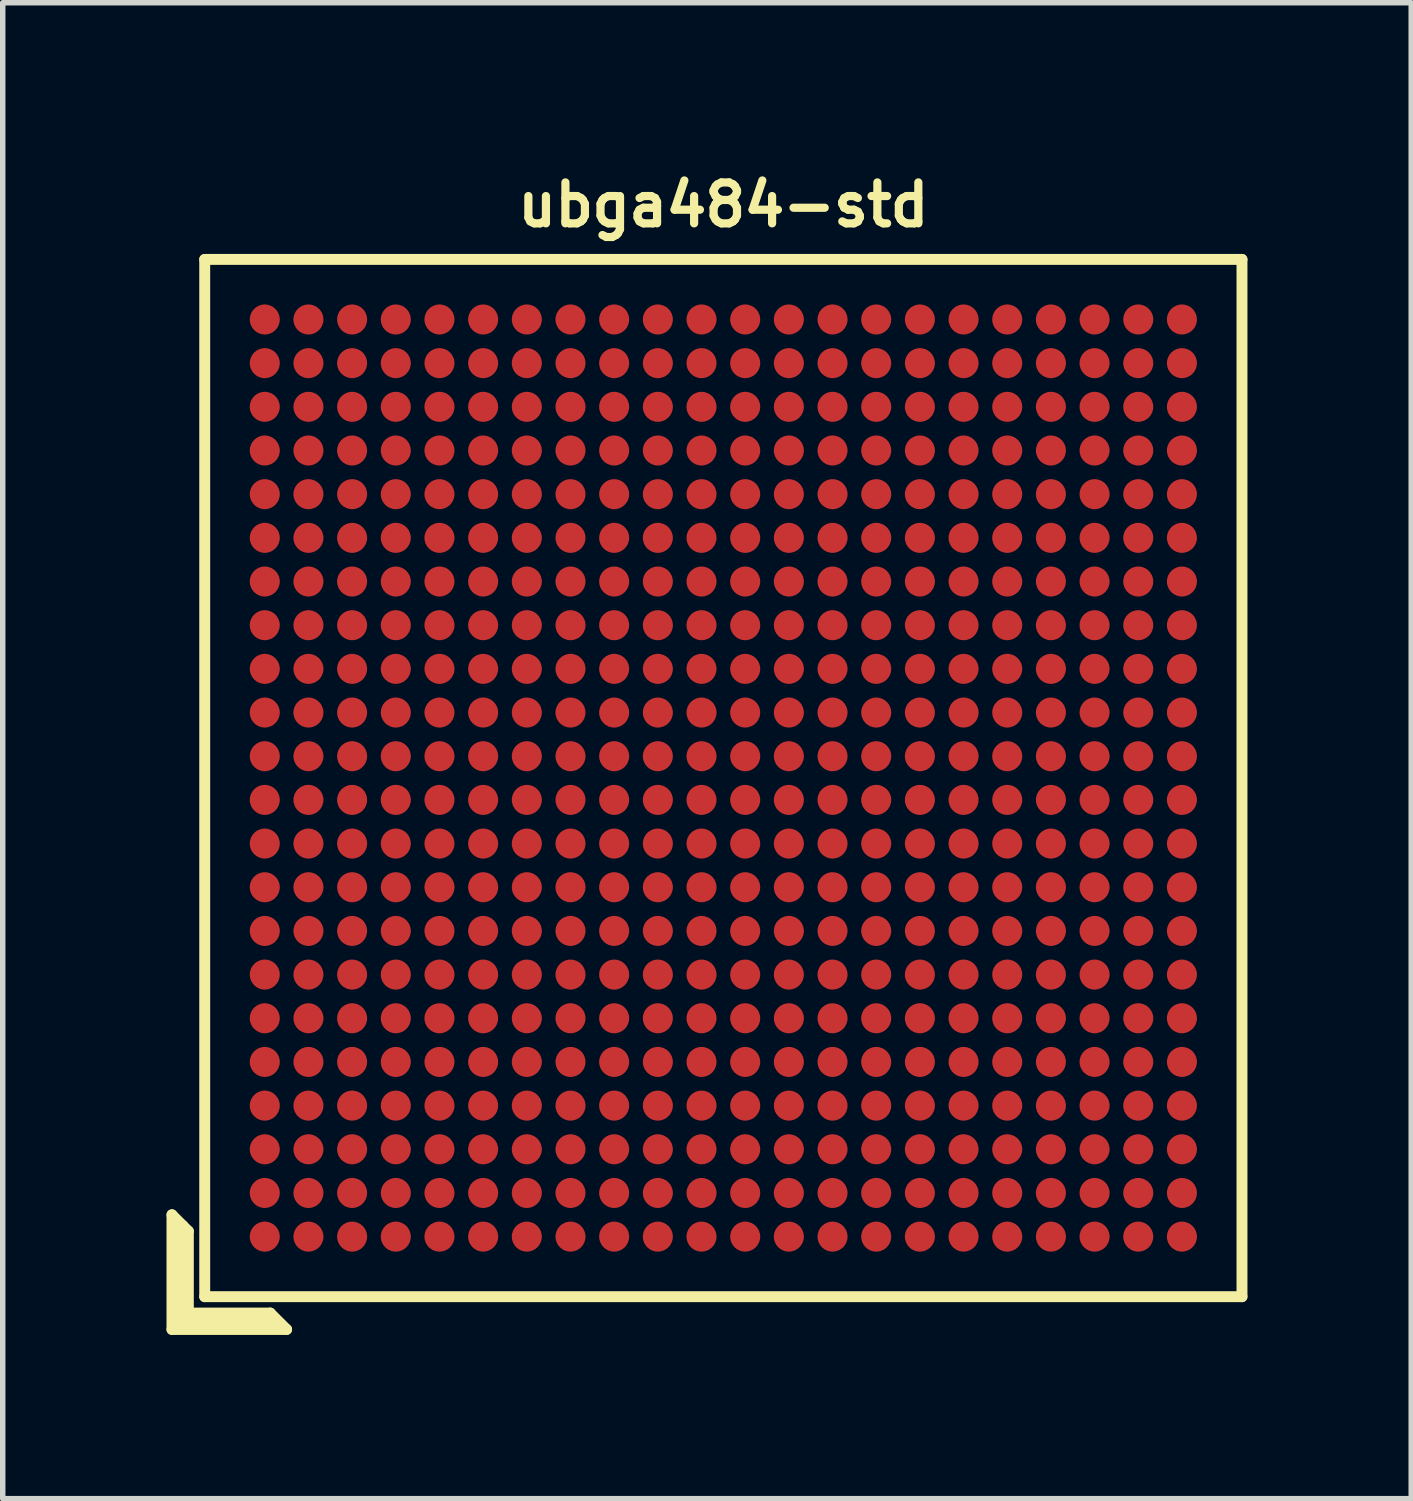
<source format=kicad_pcb>
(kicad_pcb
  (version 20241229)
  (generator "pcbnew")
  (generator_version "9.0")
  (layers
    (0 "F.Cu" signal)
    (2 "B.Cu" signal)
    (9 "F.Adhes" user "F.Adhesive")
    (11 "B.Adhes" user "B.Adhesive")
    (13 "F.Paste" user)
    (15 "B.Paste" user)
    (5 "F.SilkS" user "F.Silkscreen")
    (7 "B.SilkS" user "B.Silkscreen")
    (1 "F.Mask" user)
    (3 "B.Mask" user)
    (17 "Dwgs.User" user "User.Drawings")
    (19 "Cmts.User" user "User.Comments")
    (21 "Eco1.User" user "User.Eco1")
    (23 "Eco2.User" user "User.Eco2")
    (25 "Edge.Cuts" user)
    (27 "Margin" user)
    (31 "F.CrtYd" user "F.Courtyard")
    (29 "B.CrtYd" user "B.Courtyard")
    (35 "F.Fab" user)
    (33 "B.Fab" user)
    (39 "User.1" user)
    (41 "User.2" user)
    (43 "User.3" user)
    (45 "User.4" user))
  (footprint "ubga484-std"
    (layer "F.Cu")
    (at 10.2 11.202)
    (property "Reference" "ubga484-std" (at 0 -10.5 0) (layer "F.SilkS") (effects (font (size 0.75 0.75) (thickness 0.15))))
    (attr smd)
    (fp_line (start -10.1 8) (end -10.1 10.1) (stroke (width 0.2) (type solid)) (layer "F.SilkS"))
    (fp_line (start -10.1 10.1) (end -8 10.1) (stroke (width 0.2) (type solid)) (layer "F.SilkS"))
    (fp_line (start -10 10) (end -10 8.2) (stroke (width 0.2) (type solid)) (layer "F.SilkS"))
    (fp_line (start -9.9 8.2) (end -9.9 9.9) (stroke (width 0.2) (type solid)) (layer "F.SilkS"))
    (fp_line (start -9.9 9.9) (end -8.3 9.9) (stroke (width 0.2) (type solid)) (layer "F.SilkS"))
    (fp_line (start -9.8 8.3) (end -10.1 8) (stroke (width 0.2) (type solid)) (layer "F.SilkS"))
    (fp_line (start -9.8 8.3) (end -9.8 9.8) (stroke (width 0.2) (type solid)) (layer "F.SilkS"))
    (fp_line (start -9.8 9.8) (end -8.3 9.8) (stroke (width 0.2) (type solid)) (layer "F.SilkS"))
    (fp_line (start -9.5 -9.5) (end -9.5 9.5) (stroke (width 0.2) (type solid)) (layer "F.SilkS"))
    (fp_line (start -9.5 9.5) (end 9.5 9.5) (stroke (width 0.2) (type solid)) (layer "F.SilkS"))
    (fp_line (start -8.2 10) (end -10 10) (stroke (width 0.2) (type solid)) (layer "F.SilkS"))
    (fp_line (start -8 10.1) (end -8.3 9.8) (stroke (width 0.2) (type solid)) (layer "F.SilkS"))
    (fp_line (start 9.5 -9.5) (end -9.5 -9.5) (stroke (width 0.2) (type solid)) (layer "F.SilkS"))
    (fp_line (start 9.5 9.5) (end 9.5 -9.5) (stroke (width 0.2) (type solid)) (layer "F.SilkS"))
    (pad "A1" smd circle (at -8.4 8.4 90) (size 0.55 0.55) (layers "F.Cu" "F.Mask" "F.Paste"))
    (pad "A2" smd circle (at -8.4 7.6 90) (size 0.55 0.55) (layers "F.Cu" "F.Mask" "F.Paste"))
    (pad "A3" smd circle (at -8.4 6.8 90) (size 0.55 0.55) (layers "F.Cu" "F.Mask" "F.Paste"))
    (pad "A4" smd circle (at -8.4 6 90) (size 0.55 0.55) (layers "F.Cu" "F.Mask" "F.Paste"))
    (pad "A5" smd circle (at -8.4 5.2 90) (size 0.55 0.55) (layers "F.Cu" "F.Mask" "F.Paste"))
    (pad "A6" smd circle (at -8.4 4.4 90) (size 0.55 0.55) (layers "F.Cu" "F.Mask" "F.Paste"))
    (pad "A7" smd circle (at -8.4 3.6 90) (size 0.55 0.55) (layers "F.Cu" "F.Mask" "F.Paste"))
    (pad "A8" smd circle (at -8.4 2.8 90) (size 0.55 0.55) (layers "F.Cu" "F.Mask" "F.Paste"))
    (pad "A9" smd circle (at -8.4 2 90) (size 0.55 0.55) (layers "F.Cu" "F.Mask" "F.Paste"))
    (pad "A10" smd circle (at -8.4 1.2 90) (size 0.55 0.55) (layers "F.Cu" "F.Mask" "F.Paste"))
    (pad "A11" smd circle (at -8.4 0.4 90) (size 0.55 0.55) (layers "F.Cu" "F.Mask" "F.Paste"))
    (pad "A12" smd circle (at -8.4 -0.4 90) (size 0.55 0.55) (layers "F.Cu" "F.Mask" "F.Paste"))
    (pad "A13" smd circle (at -8.4 -1.2 90) (size 0.55 0.55) (layers "F.Cu" "F.Mask" "F.Paste"))
    (pad "A14" smd circle (at -8.4 -2 90) (size 0.55 0.55) (layers "F.Cu" "F.Mask" "F.Paste"))
    (pad "A15" smd circle (at -8.4 -2.8 90) (size 0.55 0.55) (layers "F.Cu" "F.Mask" "F.Paste"))
    (pad "A16" smd circle (at -8.4 -3.6 90) (size 0.55 0.55) (layers "F.Cu" "F.Mask" "F.Paste"))
    (pad "A17" smd circle (at -8.4 -4.4 90) (size 0.55 0.55) (layers "F.Cu" "F.Mask" "F.Paste"))
    (pad "A18" smd circle (at -8.4 -5.2 90) (size 0.55 0.55) (layers "F.Cu" "F.Mask" "F.Paste"))
    (pad "A19" smd circle (at -8.4 -6 90) (size 0.55 0.55) (layers "F.Cu" "F.Mask" "F.Paste"))
    (pad "A20" smd circle (at -8.4 -6.8 90) (size 0.55 0.55) (layers "F.Cu" "F.Mask" "F.Paste"))
    (pad "A21" smd circle (at -8.4 -7.6 90) (size 0.55 0.55) (layers "F.Cu" "F.Mask" "F.Paste"))
    (pad "A22" smd circle (at -8.4 -8.4 90) (size 0.55 0.55) (layers "F.Cu" "F.Mask" "F.Paste"))
    (pad "AA1" smd circle (at 7.6 8.4 90) (size 0.55 0.55) (layers "F.Cu" "F.Mask" "F.Paste"))
    (pad "AA2" smd circle (at 7.6 7.6 90) (size 0.55 0.55) (layers "F.Cu" "F.Mask" "F.Paste"))
    (pad "AA3" smd circle (at 7.6 6.8 90) (size 0.55 0.55) (layers "F.Cu" "F.Mask" "F.Paste"))
    (pad "AA4" smd circle (at 7.6 6 90) (size 0.55 0.55) (layers "F.Cu" "F.Mask" "F.Paste"))
    (pad "AA5" smd circle (at 7.6 5.2 90) (size 0.55 0.55) (layers "F.Cu" "F.Mask" "F.Paste"))
    (pad "AA6" smd circle (at 7.6 4.4 90) (size 0.55 0.55) (layers "F.Cu" "F.Mask" "F.Paste"))
    (pad "AA7" smd circle (at 7.6 3.6 90) (size 0.55 0.55) (layers "F.Cu" "F.Mask" "F.Paste"))
    (pad "AA8" smd circle (at 7.6 2.8 90) (size 0.55 0.55) (layers "F.Cu" "F.Mask" "F.Paste"))
    (pad "AA9" smd circle (at 7.6 2 90) (size 0.55 0.55) (layers "F.Cu" "F.Mask" "F.Paste"))
    (pad "AA10" smd circle (at 7.6 1.2 90) (size 0.55 0.55) (layers "F.Cu" "F.Mask" "F.Paste"))
    (pad "AA11" smd circle (at 7.6 0.4 90) (size 0.55 0.55) (layers "F.Cu" "F.Mask" "F.Paste"))
    (pad "AA12" smd circle (at 7.6 -0.4 90) (size 0.55 0.55) (layers "F.Cu" "F.Mask" "F.Paste"))
    (pad "AA13" smd circle (at 7.6 -1.2 90) (size 0.55 0.55) (layers "F.Cu" "F.Mask" "F.Paste"))
    (pad "AA14" smd circle (at 7.6 -2 90) (size 0.55 0.55) (layers "F.Cu" "F.Mask" "F.Paste"))
    (pad "AA15" smd circle (at 7.6 -2.8 90) (size 0.55 0.55) (layers "F.Cu" "F.Mask" "F.Paste"))
    (pad "AA16" smd circle (at 7.6 -3.6 90) (size 0.55 0.55) (layers "F.Cu" "F.Mask" "F.Paste"))
    (pad "AA17" smd circle (at 7.6 -4.4 90) (size 0.55 0.55) (layers "F.Cu" "F.Mask" "F.Paste"))
    (pad "AA18" smd circle (at 7.6 -5.2 90) (size 0.55 0.55) (layers "F.Cu" "F.Mask" "F.Paste"))
    (pad "AA19" smd circle (at 7.6 -6 90) (size 0.55 0.55) (layers "F.Cu" "F.Mask" "F.Paste"))
    (pad "AA20" smd circle (at 7.6 -6.8 90) (size 0.55 0.55) (layers "F.Cu" "F.Mask" "F.Paste"))
    (pad "AA21" smd circle (at 7.6 -7.6 90) (size 0.55 0.55) (layers "F.Cu" "F.Mask" "F.Paste"))
    (pad "AA22" smd circle (at 7.6 -8.4 90) (size 0.55 0.55) (layers "F.Cu" "F.Mask" "F.Paste"))
    (pad "AB1" smd circle (at 8.4 8.4 90) (size 0.55 0.55) (layers "F.Cu" "F.Mask" "F.Paste"))
    (pad "AB2" smd circle (at 8.4 7.6 90) (size 0.55 0.55) (layers "F.Cu" "F.Mask" "F.Paste"))
    (pad "AB3" smd circle (at 8.4 6.8 90) (size 0.55 0.55) (layers "F.Cu" "F.Mask" "F.Paste"))
    (pad "AB4" smd circle (at 8.4 6 90) (size 0.55 0.55) (layers "F.Cu" "F.Mask" "F.Paste"))
    (pad "AB5" smd circle (at 8.4 5.2 90) (size 0.55 0.55) (layers "F.Cu" "F.Mask" "F.Paste"))
    (pad "AB6" smd circle (at 8.4 4.4 90) (size 0.55 0.55) (layers "F.Cu" "F.Mask" "F.Paste"))
    (pad "AB7" smd circle (at 8.4 3.6 90) (size 0.55 0.55) (layers "F.Cu" "F.Mask" "F.Paste"))
    (pad "AB8" smd circle (at 8.4 2.8 90) (size 0.55 0.55) (layers "F.Cu" "F.Mask" "F.Paste"))
    (pad "AB9" smd circle (at 8.4 2 90) (size 0.55 0.55) (layers "F.Cu" "F.Mask" "F.Paste"))
    (pad "AB10" smd circle (at 8.4 1.2 90) (size 0.55 0.55) (layers "F.Cu" "F.Mask" "F.Paste"))
    (pad "AB11" smd circle (at 8.4 0.4 90) (size 0.55 0.55) (layers "F.Cu" "F.Mask" "F.Paste"))
    (pad "AB12" smd circle (at 8.4 -0.4 90) (size 0.55 0.55) (layers "F.Cu" "F.Mask" "F.Paste"))
    (pad "AB13" smd circle (at 8.4 -1.2 90) (size 0.55 0.55) (layers "F.Cu" "F.Mask" "F.Paste"))
    (pad "AB14" smd circle (at 8.4 -2 90) (size 0.55 0.55) (layers "F.Cu" "F.Mask" "F.Paste"))
    (pad "AB15" smd circle (at 8.4 -2.8 90) (size 0.55 0.55) (layers "F.Cu" "F.Mask" "F.Paste"))
    (pad "AB16" smd circle (at 8.4 -3.6 90) (size 0.55 0.55) (layers "F.Cu" "F.Mask" "F.Paste"))
    (pad "AB17" smd circle (at 8.4 -4.4 90) (size 0.55 0.55) (layers "F.Cu" "F.Mask" "F.Paste"))
    (pad "AB18" smd circle (at 8.4 -5.2 90) (size 0.55 0.55) (layers "F.Cu" "F.Mask" "F.Paste"))
    (pad "AB19" smd circle (at 8.4 -6 90) (size 0.55 0.55) (layers "F.Cu" "F.Mask" "F.Paste"))
    (pad "AB20" smd circle (at 8.4 -6.8 90) (size 0.55 0.55) (layers "F.Cu" "F.Mask" "F.Paste"))
    (pad "AB21" smd circle (at 8.4 -7.6 90) (size 0.55 0.55) (layers "F.Cu" "F.Mask" "F.Paste"))
    (pad "AB22" smd circle (at 8.4 -8.4 90) (size 0.55 0.55) (layers "F.Cu" "F.Mask" "F.Paste"))
    (pad "B1" smd circle (at -7.6 8.4 90) (size 0.55 0.55) (layers "F.Cu" "F.Mask" "F.Paste"))
    (pad "B2" smd circle (at -7.6 7.6 90) (size 0.55 0.55) (layers "F.Cu" "F.Mask" "F.Paste"))
    (pad "B3" smd circle (at -7.6 6.8 90) (size 0.55 0.55) (layers "F.Cu" "F.Mask" "F.Paste"))
    (pad "B4" smd circle (at -7.6 6 90) (size 0.55 0.55) (layers "F.Cu" "F.Mask" "F.Paste"))
    (pad "B5" smd circle (at -7.6 5.2 90) (size 0.55 0.55) (layers "F.Cu" "F.Mask" "F.Paste"))
    (pad "B6" smd circle (at -7.6 4.4 90) (size 0.55 0.55) (layers "F.Cu" "F.Mask" "F.Paste"))
    (pad "B7" smd circle (at -7.6 3.6 90) (size 0.55 0.55) (layers "F.Cu" "F.Mask" "F.Paste"))
    (pad "B8" smd circle (at -7.6 2.8 90) (size 0.55 0.55) (layers "F.Cu" "F.Mask" "F.Paste"))
    (pad "B9" smd circle (at -7.6 2 90) (size 0.55 0.55) (layers "F.Cu" "F.Mask" "F.Paste"))
    (pad "B10" smd circle (at -7.6 1.2 90) (size 0.55 0.55) (layers "F.Cu" "F.Mask" "F.Paste"))
    (pad "B11" smd circle (at -7.6 0.4 90) (size 0.55 0.55) (layers "F.Cu" "F.Mask" "F.Paste"))
    (pad "B12" smd circle (at -7.6 -0.4 90) (size 0.55 0.55) (layers "F.Cu" "F.Mask" "F.Paste"))
    (pad "B13" smd circle (at -7.6 -1.2 90) (size 0.55 0.55) (layers "F.Cu" "F.Mask" "F.Paste"))
    (pad "B14" smd circle (at -7.6 -2 90) (size 0.55 0.55) (layers "F.Cu" "F.Mask" "F.Paste"))
    (pad "B15" smd circle (at -7.6 -2.8 90) (size 0.55 0.55) (layers "F.Cu" "F.Mask" "F.Paste"))
    (pad "B16" smd circle (at -7.6 -3.6 90) (size 0.55 0.55) (layers "F.Cu" "F.Mask" "F.Paste"))
    (pad "B17" smd circle (at -7.6 -4.4 90) (size 0.55 0.55) (layers "F.Cu" "F.Mask" "F.Paste"))
    (pad "B18" smd circle (at -7.6 -5.2 90) (size 0.55 0.55) (layers "F.Cu" "F.Mask" "F.Paste"))
    (pad "B19" smd circle (at -7.6 -6 90) (size 0.55 0.55) (layers "F.Cu" "F.Mask" "F.Paste"))
    (pad "B20" smd circle (at -7.6 -6.8 90) (size 0.55 0.55) (layers "F.Cu" "F.Mask" "F.Paste"))
    (pad "B21" smd circle (at -7.6 -7.6 90) (size 0.55 0.55) (layers "F.Cu" "F.Mask" "F.Paste"))
    (pad "B22" smd circle (at -7.6 -8.4 90) (size 0.55 0.55) (layers "F.Cu" "F.Mask" "F.Paste"))
    (pad "C1" smd circle (at -6.8 8.4 90) (size 0.55 0.55) (layers "F.Cu" "F.Mask" "F.Paste"))
    (pad "C2" smd circle (at -6.8 7.6 90) (size 0.55 0.55) (layers "F.Cu" "F.Mask" "F.Paste"))
    (pad "C3" smd circle (at -6.8 6.8 90) (size 0.55 0.55) (layers "F.Cu" "F.Mask" "F.Paste"))
    (pad "C4" smd circle (at -6.8 6 90) (size 0.55 0.55) (layers "F.Cu" "F.Mask" "F.Paste"))
    (pad "C5" smd circle (at -6.8 5.2 90) (size 0.55 0.55) (layers "F.Cu" "F.Mask" "F.Paste"))
    (pad "C6" smd circle (at -6.8 4.4 90) (size 0.55 0.55) (layers "F.Cu" "F.Mask" "F.Paste"))
    (pad "C7" smd circle (at -6.8 3.6 90) (size 0.55 0.55) (layers "F.Cu" "F.Mask" "F.Paste"))
    (pad "C8" smd circle (at -6.8 2.8 90) (size 0.55 0.55) (layers "F.Cu" "F.Mask" "F.Paste"))
    (pad "C9" smd circle (at -6.8 2 90) (size 0.55 0.55) (layers "F.Cu" "F.Mask" "F.Paste"))
    (pad "C10" smd circle (at -6.8 1.2 90) (size 0.55 0.55) (layers "F.Cu" "F.Mask" "F.Paste"))
    (pad "C11" smd circle (at -6.8 0.4 90) (size 0.55 0.55) (layers "F.Cu" "F.Mask" "F.Paste"))
    (pad "C12" smd circle (at -6.8 -0.4 90) (size 0.55 0.55) (layers "F.Cu" "F.Mask" "F.Paste"))
    (pad "C13" smd circle (at -6.8 -1.2 90) (size 0.55 0.55) (layers "F.Cu" "F.Mask" "F.Paste"))
    (pad "C14" smd circle (at -6.8 -2 90) (size 0.55 0.55) (layers "F.Cu" "F.Mask" "F.Paste"))
    (pad "C15" smd circle (at -6.8 -2.8 90) (size 0.55 0.55) (layers "F.Cu" "F.Mask" "F.Paste"))
    (pad "C16" smd circle (at -6.8 -3.6 90) (size 0.55 0.55) (layers "F.Cu" "F.Mask" "F.Paste"))
    (pad "C17" smd circle (at -6.8 -4.4 90) (size 0.55 0.55) (layers "F.Cu" "F.Mask" "F.Paste"))
    (pad "C18" smd circle (at -6.8 -5.2 90) (size 0.55 0.55) (layers "F.Cu" "F.Mask" "F.Paste"))
    (pad "C19" smd circle (at -6.8 -6 90) (size 0.55 0.55) (layers "F.Cu" "F.Mask" "F.Paste"))
    (pad "C20" smd circle (at -6.8 -6.8 90) (size 0.55 0.55) (layers "F.Cu" "F.Mask" "F.Paste"))
    (pad "C21" smd circle (at -6.8 -7.6 90) (size 0.55 0.55) (layers "F.Cu" "F.Mask" "F.Paste"))
    (pad "C22" smd circle (at -6.8 -8.4 90) (size 0.55 0.55) (layers "F.Cu" "F.Mask" "F.Paste"))
    (pad "D1" smd circle (at -6 8.4 90) (size 0.55 0.55) (layers "F.Cu" "F.Mask" "F.Paste"))
    (pad "D2" smd circle (at -6 7.6 90) (size 0.55 0.55) (layers "F.Cu" "F.Mask" "F.Paste"))
    (pad "D3" smd circle (at -6 6.8 90) (size 0.55 0.55) (layers "F.Cu" "F.Mask" "F.Paste"))
    (pad "D4" smd circle (at -6 6 90) (size 0.55 0.55) (layers "F.Cu" "F.Mask" "F.Paste"))
    (pad "D5" smd circle (at -6 5.2 90) (size 0.55 0.55) (layers "F.Cu" "F.Mask" "F.Paste"))
    (pad "D6" smd circle (at -6 4.4 90) (size 0.55 0.55) (layers "F.Cu" "F.Mask" "F.Paste"))
    (pad "D7" smd circle (at -6 3.6 90) (size 0.55 0.55) (layers "F.Cu" "F.Mask" "F.Paste"))
    (pad "D8" smd circle (at -6 2.8 90) (size 0.55 0.55) (layers "F.Cu" "F.Mask" "F.Paste"))
    (pad "D9" smd circle (at -6 2 90) (size 0.55 0.55) (layers "F.Cu" "F.Mask" "F.Paste"))
    (pad "D10" smd circle (at -6 1.2 90) (size 0.55 0.55) (layers "F.Cu" "F.Mask" "F.Paste"))
    (pad "D11" smd circle (at -6 0.4 90) (size 0.55 0.55) (layers "F.Cu" "F.Mask" "F.Paste"))
    (pad "D12" smd circle (at -6 -0.4 90) (size 0.55 0.55) (layers "F.Cu" "F.Mask" "F.Paste"))
    (pad "D13" smd circle (at -6 -1.2 90) (size 0.55 0.55) (layers "F.Cu" "F.Mask" "F.Paste"))
    (pad "D14" smd circle (at -6 -2 90) (size 0.55 0.55) (layers "F.Cu" "F.Mask" "F.Paste"))
    (pad "D15" smd circle (at -6 -2.8 90) (size 0.55 0.55) (layers "F.Cu" "F.Mask" "F.Paste"))
    (pad "D16" smd circle (at -6 -3.6 90) (size 0.55 0.55) (layers "F.Cu" "F.Mask" "F.Paste"))
    (pad "D17" smd circle (at -6 -4.4 90) (size 0.55 0.55) (layers "F.Cu" "F.Mask" "F.Paste"))
    (pad "D18" smd circle (at -6 -5.2 90) (size 0.55 0.55) (layers "F.Cu" "F.Mask" "F.Paste"))
    (pad "D19" smd circle (at -6 -6 90) (size 0.55 0.55) (layers "F.Cu" "F.Mask" "F.Paste"))
    (pad "D20" smd circle (at -6 -6.8 90) (size 0.55 0.55) (layers "F.Cu" "F.Mask" "F.Paste"))
    (pad "D21" smd circle (at -6 -7.6 90) (size 0.55 0.55) (layers "F.Cu" "F.Mask" "F.Paste"))
    (pad "D22" smd circle (at -6 -8.4 90) (size 0.55 0.55) (layers "F.Cu" "F.Mask" "F.Paste"))
    (pad "E1" smd circle (at -5.2 8.4 90) (size 0.55 0.55) (layers "F.Cu" "F.Mask" "F.Paste"))
    (pad "E2" smd circle (at -5.2 7.6 90) (size 0.55 0.55) (layers "F.Cu" "F.Mask" "F.Paste"))
    (pad "E3" smd circle (at -5.2 6.8 90) (size 0.55 0.55) (layers "F.Cu" "F.Mask" "F.Paste"))
    (pad "E4" smd circle (at -5.2 6 90) (size 0.55 0.55) (layers "F.Cu" "F.Mask" "F.Paste"))
    (pad "E5" smd circle (at -5.2 5.2 90) (size 0.55 0.55) (layers "F.Cu" "F.Mask" "F.Paste"))
    (pad "E6" smd circle (at -5.2 4.4 90) (size 0.55 0.55) (layers "F.Cu" "F.Mask" "F.Paste"))
    (pad "E7" smd circle (at -5.2 3.6 90) (size 0.55 0.55) (layers "F.Cu" "F.Mask" "F.Paste"))
    (pad "E8" smd circle (at -5.2 2.8 90) (size 0.55 0.55) (layers "F.Cu" "F.Mask" "F.Paste"))
    (pad "E9" smd circle (at -5.2 2 90) (size 0.55 0.55) (layers "F.Cu" "F.Mask" "F.Paste"))
    (pad "E10" smd circle (at -5.2 1.2 90) (size 0.55 0.55) (layers "F.Cu" "F.Mask" "F.Paste"))
    (pad "E11" smd circle (at -5.2 0.4 90) (size 0.55 0.55) (layers "F.Cu" "F.Mask" "F.Paste"))
    (pad "E12" smd circle (at -5.2 -0.4 90) (size 0.55 0.55) (layers "F.Cu" "F.Mask" "F.Paste"))
    (pad "E13" smd circle (at -5.2 -1.2 90) (size 0.55 0.55) (layers "F.Cu" "F.Mask" "F.Paste"))
    (pad "E14" smd circle (at -5.2 -2 90) (size 0.55 0.55) (layers "F.Cu" "F.Mask" "F.Paste"))
    (pad "E15" smd circle (at -5.2 -2.8 90) (size 0.55 0.55) (layers "F.Cu" "F.Mask" "F.Paste"))
    (pad "E16" smd circle (at -5.2 -3.6 90) (size 0.55 0.55) (layers "F.Cu" "F.Mask" "F.Paste"))
    (pad "E17" smd circle (at -5.2 -4.4 90) (size 0.55 0.55) (layers "F.Cu" "F.Mask" "F.Paste"))
    (pad "E18" smd circle (at -5.2 -5.2 90) (size 0.55 0.55) (layers "F.Cu" "F.Mask" "F.Paste"))
    (pad "E19" smd circle (at -5.2 -6 90) (size 0.55 0.55) (layers "F.Cu" "F.Mask" "F.Paste"))
    (pad "E20" smd circle (at -5.2 -6.8 90) (size 0.55 0.55) (layers "F.Cu" "F.Mask" "F.Paste"))
    (pad "E21" smd circle (at -5.2 -7.6 90) (size 0.55 0.55) (layers "F.Cu" "F.Mask" "F.Paste"))
    (pad "E22" smd circle (at -5.2 -8.4 90) (size 0.55 0.55) (layers "F.Cu" "F.Mask" "F.Paste"))
    (pad "F1" smd circle (at -4.4 8.4 90) (size 0.55 0.55) (layers "F.Cu" "F.Mask" "F.Paste"))
    (pad "F2" smd circle (at -4.4 7.6 90) (size 0.55 0.55) (layers "F.Cu" "F.Mask" "F.Paste"))
    (pad "F3" smd circle (at -4.4 6.8 90) (size 0.55 0.55) (layers "F.Cu" "F.Mask" "F.Paste"))
    (pad "F4" smd circle (at -4.4 6 90) (size 0.55 0.55) (layers "F.Cu" "F.Mask" "F.Paste"))
    (pad "F5" smd circle (at -4.4 5.2 90) (size 0.55 0.55) (layers "F.Cu" "F.Mask" "F.Paste"))
    (pad "F6" smd circle (at -4.4 4.4 90) (size 0.55 0.55) (layers "F.Cu" "F.Mask" "F.Paste"))
    (pad "F7" smd circle (at -4.4 3.6 90) (size 0.55 0.55) (layers "F.Cu" "F.Mask" "F.Paste"))
    (pad "F8" smd circle (at -4.4 2.8 90) (size 0.55 0.55) (layers "F.Cu" "F.Mask" "F.Paste"))
    (pad "F9" smd circle (at -4.4 2 90) (size 0.55 0.55) (layers "F.Cu" "F.Mask" "F.Paste"))
    (pad "F10" smd circle (at -4.4 1.2 90) (size 0.55 0.55) (layers "F.Cu" "F.Mask" "F.Paste"))
    (pad "F11" smd circle (at -4.4 0.4 90) (size 0.55 0.55) (layers "F.Cu" "F.Mask" "F.Paste"))
    (pad "F12" smd circle (at -4.4 -0.4 90) (size 0.55 0.55) (layers "F.Cu" "F.Mask" "F.Paste"))
    (pad "F13" smd circle (at -4.4 -1.2 90) (size 0.55 0.55) (layers "F.Cu" "F.Mask" "F.Paste"))
    (pad "F14" smd circle (at -4.4 -2 90) (size 0.55 0.55) (layers "F.Cu" "F.Mask" "F.Paste"))
    (pad "F15" smd circle (at -4.4 -2.8 90) (size 0.55 0.55) (layers "F.Cu" "F.Mask" "F.Paste"))
    (pad "F16" smd circle (at -4.4 -3.6 90) (size 0.55 0.55) (layers "F.Cu" "F.Mask" "F.Paste"))
    (pad "F17" smd circle (at -4.4 -4.4 90) (size 0.55 0.55) (layers "F.Cu" "F.Mask" "F.Paste"))
    (pad "F18" smd circle (at -4.4 -5.2 90) (size 0.55 0.55) (layers "F.Cu" "F.Mask" "F.Paste"))
    (pad "F19" smd circle (at -4.4 -6 90) (size 0.55 0.55) (layers "F.Cu" "F.Mask" "F.Paste"))
    (pad "F20" smd circle (at -4.4 -6.8 90) (size 0.55 0.55) (layers "F.Cu" "F.Mask" "F.Paste"))
    (pad "F21" smd circle (at -4.4 -7.6 90) (size 0.55 0.55) (layers "F.Cu" "F.Mask" "F.Paste"))
    (pad "F22" smd circle (at -4.4 -8.4 90) (size 0.55 0.55) (layers "F.Cu" "F.Mask" "F.Paste"))
    (pad "G1" smd circle (at -3.6 8.4 90) (size 0.55 0.55) (layers "F.Cu" "F.Mask" "F.Paste"))
    (pad "G2" smd circle (at -3.6 7.6 90) (size 0.55 0.55) (layers "F.Cu" "F.Mask" "F.Paste"))
    (pad "G3" smd circle (at -3.6 6.8 90) (size 0.55 0.55) (layers "F.Cu" "F.Mask" "F.Paste"))
    (pad "G4" smd circle (at -3.6 6 90) (size 0.55 0.55) (layers "F.Cu" "F.Mask" "F.Paste"))
    (pad "G5" smd circle (at -3.6 5.2 90) (size 0.55 0.55) (layers "F.Cu" "F.Mask" "F.Paste"))
    (pad "G6" smd circle (at -3.6 4.4 90) (size 0.55 0.55) (layers "F.Cu" "F.Mask" "F.Paste"))
    (pad "G7" smd circle (at -3.6 3.6 90) (size 0.55 0.55) (layers "F.Cu" "F.Mask" "F.Paste"))
    (pad "G8" smd circle (at -3.6 2.8 90) (size 0.55 0.55) (layers "F.Cu" "F.Mask" "F.Paste"))
    (pad "G9" smd circle (at -3.6 2 90) (size 0.55 0.55) (layers "F.Cu" "F.Mask" "F.Paste"))
    (pad "G10" smd circle (at -3.6 1.2 90) (size 0.55 0.55) (layers "F.Cu" "F.Mask" "F.Paste"))
    (pad "G11" smd circle (at -3.6 0.4 90) (size 0.55 0.55) (layers "F.Cu" "F.Mask" "F.Paste"))
    (pad "G12" smd circle (at -3.6 -0.4 90) (size 0.55 0.55) (layers "F.Cu" "F.Mask" "F.Paste"))
    (pad "G13" smd circle (at -3.6 -1.2 90) (size 0.55 0.55) (layers "F.Cu" "F.Mask" "F.Paste"))
    (pad "G14" smd circle (at -3.6 -2 90) (size 0.55 0.55) (layers "F.Cu" "F.Mask" "F.Paste"))
    (pad "G15" smd circle (at -3.6 -2.8 90) (size 0.55 0.55) (layers "F.Cu" "F.Mask" "F.Paste"))
    (pad "G16" smd circle (at -3.6 -3.6 90) (size 0.55 0.55) (layers "F.Cu" "F.Mask" "F.Paste"))
    (pad "G17" smd circle (at -3.6 -4.4 90) (size 0.55 0.55) (layers "F.Cu" "F.Mask" "F.Paste"))
    (pad "G18" smd circle (at -3.6 -5.2 90) (size 0.55 0.55) (layers "F.Cu" "F.Mask" "F.Paste"))
    (pad "G19" smd circle (at -3.6 -6 90) (size 0.55 0.55) (layers "F.Cu" "F.Mask" "F.Paste"))
    (pad "G20" smd circle (at -3.6 -6.8 90) (size 0.55 0.55) (layers "F.Cu" "F.Mask" "F.Paste"))
    (pad "G21" smd circle (at -3.6 -7.6 90) (size 0.55 0.55) (layers "F.Cu" "F.Mask" "F.Paste"))
    (pad "G22" smd circle (at -3.6 -8.4 90) (size 0.55 0.55) (layers "F.Cu" "F.Mask" "F.Paste"))
    (pad "H1" smd circle (at -2.8 8.4 90) (size 0.55 0.55) (layers "F.Cu" "F.Mask" "F.Paste"))
    (pad "H2" smd circle (at -2.8 7.6 90) (size 0.55 0.55) (layers "F.Cu" "F.Mask" "F.Paste"))
    (pad "H3" smd circle (at -2.8 6.8 90) (size 0.55 0.55) (layers "F.Cu" "F.Mask" "F.Paste"))
    (pad "H4" smd circle (at -2.8 6 90) (size 0.55 0.55) (layers "F.Cu" "F.Mask" "F.Paste"))
    (pad "H5" smd circle (at -2.8 5.2 90) (size 0.55 0.55) (layers "F.Cu" "F.Mask" "F.Paste"))
    (pad "H6" smd circle (at -2.8 4.4 90) (size 0.55 0.55) (layers "F.Cu" "F.Mask" "F.Paste"))
    (pad "H7" smd circle (at -2.8 3.6 90) (size 0.55 0.55) (layers "F.Cu" "F.Mask" "F.Paste"))
    (pad "H8" smd circle (at -2.8 2.8 90) (size 0.55 0.55) (layers "F.Cu" "F.Mask" "F.Paste"))
    (pad "H9" smd circle (at -2.8 2 90) (size 0.55 0.55) (layers "F.Cu" "F.Mask" "F.Paste"))
    (pad "H10" smd circle (at -2.8 1.2 90) (size 0.55 0.55) (layers "F.Cu" "F.Mask" "F.Paste"))
    (pad "H11" smd circle (at -2.8 0.4 90) (size 0.55 0.55) (layers "F.Cu" "F.Mask" "F.Paste"))
    (pad "H12" smd circle (at -2.8 -0.4 90) (size 0.55 0.55) (layers "F.Cu" "F.Mask" "F.Paste"))
    (pad "H13" smd circle (at -2.8 -1.2 90) (size 0.55 0.55) (layers "F.Cu" "F.Mask" "F.Paste"))
    (pad "H14" smd circle (at -2.8 -2 90) (size 0.55 0.55) (layers "F.Cu" "F.Mask" "F.Paste"))
    (pad "H15" smd circle (at -2.8 -2.8 90) (size 0.55 0.55) (layers "F.Cu" "F.Mask" "F.Paste"))
    (pad "H16" smd circle (at -2.8 -3.6 90) (size 0.55 0.55) (layers "F.Cu" "F.Mask" "F.Paste"))
    (pad "H17" smd circle (at -2.8 -4.4 90) (size 0.55 0.55) (layers "F.Cu" "F.Mask" "F.Paste"))
    (pad "H18" smd circle (at -2.8 -5.2 90) (size 0.55 0.55) (layers "F.Cu" "F.Mask" "F.Paste"))
    (pad "H19" smd circle (at -2.8 -6 90) (size 0.55 0.55) (layers "F.Cu" "F.Mask" "F.Paste"))
    (pad "H20" smd circle (at -2.8 -6.8 90) (size 0.55 0.55) (layers "F.Cu" "F.Mask" "F.Paste"))
    (pad "H21" smd circle (at -2.8 -7.6 90) (size 0.55 0.55) (layers "F.Cu" "F.Mask" "F.Paste"))
    (pad "H22" smd circle (at -2.8 -8.4 90) (size 0.55 0.55) (layers "F.Cu" "F.Mask" "F.Paste"))
    (pad "J1" smd circle (at -2 8.4 90) (size 0.55 0.55) (layers "F.Cu" "F.Mask" "F.Paste"))
    (pad "J2" smd circle (at -2 7.6 90) (size 0.55 0.55) (layers "F.Cu" "F.Mask" "F.Paste"))
    (pad "J3" smd circle (at -2 6.8 90) (size 0.55 0.55) (layers "F.Cu" "F.Mask" "F.Paste"))
    (pad "J4" smd circle (at -2 6 90) (size 0.55 0.55) (layers "F.Cu" "F.Mask" "F.Paste"))
    (pad "J5" smd circle (at -2 5.2 90) (size 0.55 0.55) (layers "F.Cu" "F.Mask" "F.Paste"))
    (pad "J6" smd circle (at -2 4.4 90) (size 0.55 0.55) (layers "F.Cu" "F.Mask" "F.Paste"))
    (pad "J7" smd circle (at -2 3.6 90) (size 0.55 0.55) (layers "F.Cu" "F.Mask" "F.Paste"))
    (pad "J8" smd circle (at -2 2.8 90) (size 0.55 0.55) (layers "F.Cu" "F.Mask" "F.Paste"))
    (pad "J9" smd circle (at -2 2 90) (size 0.55 0.55) (layers "F.Cu" "F.Mask" "F.Paste"))
    (pad "J10" smd circle (at -2 1.2 90) (size 0.55 0.55) (layers "F.Cu" "F.Mask" "F.Paste"))
    (pad "J11" smd circle (at -2 0.4 90) (size 0.55 0.55) (layers "F.Cu" "F.Mask" "F.Paste"))
    (pad "J12" smd circle (at -2 -0.4 90) (size 0.55 0.55) (layers "F.Cu" "F.Mask" "F.Paste"))
    (pad "J13" smd circle (at -2 -1.2 90) (size 0.55 0.55) (layers "F.Cu" "F.Mask" "F.Paste"))
    (pad "J14" smd circle (at -2 -2 90) (size 0.55 0.55) (layers "F.Cu" "F.Mask" "F.Paste"))
    (pad "J15" smd circle (at -2 -2.8 90) (size 0.55 0.55) (layers "F.Cu" "F.Mask" "F.Paste"))
    (pad "J16" smd circle (at -2 -3.6 90) (size 0.55 0.55) (layers "F.Cu" "F.Mask" "F.Paste"))
    (pad "J17" smd circle (at -2 -4.4 90) (size 0.55 0.55) (layers "F.Cu" "F.Mask" "F.Paste"))
    (pad "J18" smd circle (at -2 -5.2 90) (size 0.55 0.55) (layers "F.Cu" "F.Mask" "F.Paste"))
    (pad "J19" smd circle (at -2 -6 90) (size 0.55 0.55) (layers "F.Cu" "F.Mask" "F.Paste"))
    (pad "J20" smd circle (at -2 -6.8 90) (size 0.55 0.55) (layers "F.Cu" "F.Mask" "F.Paste"))
    (pad "J21" smd circle (at -2 -7.6 90) (size 0.55 0.55) (layers "F.Cu" "F.Mask" "F.Paste"))
    (pad "J22" smd circle (at -2 -8.4 90) (size 0.55 0.55) (layers "F.Cu" "F.Mask" "F.Paste"))
    (pad "K1" smd circle (at -1.2 8.4 90) (size 0.55 0.55) (layers "F.Cu" "F.Mask" "F.Paste"))
    (pad "K2" smd circle (at -1.2 7.6 90) (size 0.55 0.55) (layers "F.Cu" "F.Mask" "F.Paste"))
    (pad "K3" smd circle (at -1.2 6.8 90) (size 0.55 0.55) (layers "F.Cu" "F.Mask" "F.Paste"))
    (pad "K4" smd circle (at -1.2 6 90) (size 0.55 0.55) (layers "F.Cu" "F.Mask" "F.Paste"))
    (pad "K5" smd circle (at -1.2 5.2 90) (size 0.55 0.55) (layers "F.Cu" "F.Mask" "F.Paste"))
    (pad "K6" smd circle (at -1.2 4.4 90) (size 0.55 0.55) (layers "F.Cu" "F.Mask" "F.Paste"))
    (pad "K7" smd circle (at -1.2 3.6 90) (size 0.55 0.55) (layers "F.Cu" "F.Mask" "F.Paste"))
    (pad "K8" smd circle (at -1.2 2.8 90) (size 0.55 0.55) (layers "F.Cu" "F.Mask" "F.Paste"))
    (pad "K9" smd circle (at -1.2 2 90) (size 0.55 0.55) (layers "F.Cu" "F.Mask" "F.Paste"))
    (pad "K10" smd circle (at -1.2 1.2 90) (size 0.55 0.55) (layers "F.Cu" "F.Mask" "F.Paste"))
    (pad "K11" smd circle (at -1.2 0.4 90) (size 0.55 0.55) (layers "F.Cu" "F.Mask" "F.Paste"))
    (pad "K12" smd circle (at -1.2 -0.4 90) (size 0.55 0.55) (layers "F.Cu" "F.Mask" "F.Paste"))
    (pad "K13" smd circle (at -1.2 -1.2 90) (size 0.55 0.55) (layers "F.Cu" "F.Mask" "F.Paste"))
    (pad "K14" smd circle (at -1.2 -2 90) (size 0.55 0.55) (layers "F.Cu" "F.Mask" "F.Paste"))
    (pad "K15" smd circle (at -1.2 -2.8 90) (size 0.55 0.55) (layers "F.Cu" "F.Mask" "F.Paste"))
    (pad "K16" smd circle (at -1.2 -3.6 90) (size 0.55 0.55) (layers "F.Cu" "F.Mask" "F.Paste"))
    (pad "K17" smd circle (at -1.2 -4.4 90) (size 0.55 0.55) (layers "F.Cu" "F.Mask" "F.Paste"))
    (pad "K18" smd circle (at -1.2 -5.2 90) (size 0.55 0.55) (layers "F.Cu" "F.Mask" "F.Paste"))
    (pad "K19" smd circle (at -1.2 -6 90) (size 0.55 0.55) (layers "F.Cu" "F.Mask" "F.Paste"))
    (pad "K20" smd circle (at -1.2 -6.8 90) (size 0.55 0.55) (layers "F.Cu" "F.Mask" "F.Paste"))
    (pad "K21" smd circle (at -1.2 -7.6 90) (size 0.55 0.55) (layers "F.Cu" "F.Mask" "F.Paste"))
    (pad "K22" smd circle (at -1.2 -8.4 90) (size 0.55 0.55) (layers "F.Cu" "F.Mask" "F.Paste"))
    (pad "L1" smd circle (at -0.4 8.4 90) (size 0.55 0.55) (layers "F.Cu" "F.Mask" "F.Paste"))
    (pad "L2" smd circle (at -0.4 7.6 90) (size 0.55 0.55) (layers "F.Cu" "F.Mask" "F.Paste"))
    (pad "L3" smd circle (at -0.4 6.8 90) (size 0.55 0.55) (layers "F.Cu" "F.Mask" "F.Paste"))
    (pad "L4" smd circle (at -0.4 6 90) (size 0.55 0.55) (layers "F.Cu" "F.Mask" "F.Paste"))
    (pad "L5" smd circle (at -0.4 5.2 90) (size 0.55 0.55) (layers "F.Cu" "F.Mask" "F.Paste"))
    (pad "L6" smd circle (at -0.4 4.4 90) (size 0.55 0.55) (layers "F.Cu" "F.Mask" "F.Paste"))
    (pad "L7" smd circle (at -0.4 3.6 90) (size 0.55 0.55) (layers "F.Cu" "F.Mask" "F.Paste"))
    (pad "L8" smd circle (at -0.4 2.8 90) (size 0.55 0.55) (layers "F.Cu" "F.Mask" "F.Paste"))
    (pad "L9" smd circle (at -0.4 2 90) (size 0.55 0.55) (layers "F.Cu" "F.Mask" "F.Paste"))
    (pad "L10" smd circle (at -0.4 1.2 90) (size 0.55 0.55) (layers "F.Cu" "F.Mask" "F.Paste"))
    (pad "L11" smd circle (at -0.4 0.4 90) (size 0.55 0.55) (layers "F.Cu" "F.Mask" "F.Paste"))
    (pad "L12" smd circle (at -0.4 -0.4 90) (size 0.55 0.55) (layers "F.Cu" "F.Mask" "F.Paste"))
    (pad "L13" smd circle (at -0.4 -1.2 90) (size 0.55 0.55) (layers "F.Cu" "F.Mask" "F.Paste"))
    (pad "L14" smd circle (at -0.4 -2 90) (size 0.55 0.55) (layers "F.Cu" "F.Mask" "F.Paste"))
    (pad "L15" smd circle (at -0.4 -2.8 90) (size 0.55 0.55) (layers "F.Cu" "F.Mask" "F.Paste"))
    (pad "L16" smd circle (at -0.4 -3.6 90) (size 0.55 0.55) (layers "F.Cu" "F.Mask" "F.Paste"))
    (pad "L17" smd circle (at -0.4 -4.4 90) (size 0.55 0.55) (layers "F.Cu" "F.Mask" "F.Paste"))
    (pad "L18" smd circle (at -0.4 -5.2 90) (size 0.55 0.55) (layers "F.Cu" "F.Mask" "F.Paste"))
    (pad "L19" smd circle (at -0.4 -6 90) (size 0.55 0.55) (layers "F.Cu" "F.Mask" "F.Paste"))
    (pad "L20" smd circle (at -0.4 -6.8 90) (size 0.55 0.55) (layers "F.Cu" "F.Mask" "F.Paste"))
    (pad "L21" smd circle (at -0.4 -7.6 90) (size 0.55 0.55) (layers "F.Cu" "F.Mask" "F.Paste"))
    (pad "L22" smd circle (at -0.4 -8.4 90) (size 0.55 0.55) (layers "F.Cu" "F.Mask" "F.Paste"))
    (pad "M1" smd circle (at 0.4 8.4 90) (size 0.55 0.55) (layers "F.Cu" "F.Mask" "F.Paste"))
    (pad "M2" smd circle (at 0.4 7.6 90) (size 0.55 0.55) (layers "F.Cu" "F.Mask" "F.Paste"))
    (pad "M3" smd circle (at 0.4 6.8 90) (size 0.55 0.55) (layers "F.Cu" "F.Mask" "F.Paste"))
    (pad "M4" smd circle (at 0.4 6 90) (size 0.55 0.55) (layers "F.Cu" "F.Mask" "F.Paste"))
    (pad "M5" smd circle (at 0.4 5.2 90) (size 0.55 0.55) (layers "F.Cu" "F.Mask" "F.Paste"))
    (pad "M6" smd circle (at 0.4 4.4 90) (size 0.55 0.55) (layers "F.Cu" "F.Mask" "F.Paste"))
    (pad "M7" smd circle (at 0.4 3.6 90) (size 0.55 0.55) (layers "F.Cu" "F.Mask" "F.Paste"))
    (pad "M8" smd circle (at 0.4 2.8 90) (size 0.55 0.55) (layers "F.Cu" "F.Mask" "F.Paste"))
    (pad "M9" smd circle (at 0.4 2 90) (size 0.55 0.55) (layers "F.Cu" "F.Mask" "F.Paste"))
    (pad "M10" smd circle (at 0.4 1.2 90) (size 0.55 0.55) (layers "F.Cu" "F.Mask" "F.Paste"))
    (pad "M11" smd circle (at 0.4 0.4 90) (size 0.55 0.55) (layers "F.Cu" "F.Mask" "F.Paste"))
    (pad "M12" smd circle (at 0.4 -0.4 90) (size 0.55 0.55) (layers "F.Cu" "F.Mask" "F.Paste"))
    (pad "M13" smd circle (at 0.4 -1.2 90) (size 0.55 0.55) (layers "F.Cu" "F.Mask" "F.Paste"))
    (pad "M14" smd circle (at 0.4 -2 90) (size 0.55 0.55) (layers "F.Cu" "F.Mask" "F.Paste"))
    (pad "M15" smd circle (at 0.4 -2.8 90) (size 0.55 0.55) (layers "F.Cu" "F.Mask" "F.Paste"))
    (pad "M16" smd circle (at 0.4 -3.6 90) (size 0.55 0.55) (layers "F.Cu" "F.Mask" "F.Paste"))
    (pad "M17" smd circle (at 0.4 -4.4 90) (size 0.55 0.55) (layers "F.Cu" "F.Mask" "F.Paste"))
    (pad "M18" smd circle (at 0.4 -5.2 90) (size 0.55 0.55) (layers "F.Cu" "F.Mask" "F.Paste"))
    (pad "M19" smd circle (at 0.4 -6 90) (size 0.55 0.55) (layers "F.Cu" "F.Mask" "F.Paste"))
    (pad "M20" smd circle (at 0.4 -6.8 90) (size 0.55 0.55) (layers "F.Cu" "F.Mask" "F.Paste"))
    (pad "M21" smd circle (at 0.4 -7.6 90) (size 0.55 0.55) (layers "F.Cu" "F.Mask" "F.Paste"))
    (pad "M22" smd circle (at 0.4 -8.4 90) (size 0.55 0.55) (layers "F.Cu" "F.Mask" "F.Paste"))
    (pad "N1" smd circle (at 1.2 8.4 90) (size 0.55 0.55) (layers "F.Cu" "F.Mask" "F.Paste"))
    (pad "N2" smd circle (at 1.2 7.6 90) (size 0.55 0.55) (layers "F.Cu" "F.Mask" "F.Paste"))
    (pad "N3" smd circle (at 1.2 6.8 90) (size 0.55 0.55) (layers "F.Cu" "F.Mask" "F.Paste"))
    (pad "N4" smd circle (at 1.2 6 90) (size 0.55 0.55) (layers "F.Cu" "F.Mask" "F.Paste"))
    (pad "N5" smd circle (at 1.2 5.2 90) (size 0.55 0.55) (layers "F.Cu" "F.Mask" "F.Paste"))
    (pad "N6" smd circle (at 1.2 4.4 90) (size 0.55 0.55) (layers "F.Cu" "F.Mask" "F.Paste"))
    (pad "N7" smd circle (at 1.2 3.6 90) (size 0.55 0.55) (layers "F.Cu" "F.Mask" "F.Paste"))
    (pad "N8" smd circle (at 1.2 2.8 90) (size 0.55 0.55) (layers "F.Cu" "F.Mask" "F.Paste"))
    (pad "N9" smd circle (at 1.2 2 90) (size 0.55 0.55) (layers "F.Cu" "F.Mask" "F.Paste"))
    (pad "N10" smd circle (at 1.2 1.2 90) (size 0.55 0.55) (layers "F.Cu" "F.Mask" "F.Paste"))
    (pad "N11" smd circle (at 1.2 0.4 90) (size 0.55 0.55) (layers "F.Cu" "F.Mask" "F.Paste"))
    (pad "N12" smd circle (at 1.2 -0.4 90) (size 0.55 0.55) (layers "F.Cu" "F.Mask" "F.Paste"))
    (pad "N13" smd circle (at 1.2 -1.2 90) (size 0.55 0.55) (layers "F.Cu" "F.Mask" "F.Paste"))
    (pad "N14" smd circle (at 1.2 -2 90) (size 0.55 0.55) (layers "F.Cu" "F.Mask" "F.Paste"))
    (pad "N15" smd circle (at 1.2 -2.8 90) (size 0.55 0.55) (layers "F.Cu" "F.Mask" "F.Paste"))
    (pad "N16" smd circle (at 1.2 -3.6 90) (size 0.55 0.55) (layers "F.Cu" "F.Mask" "F.Paste"))
    (pad "N17" smd circle (at 1.2 -4.4 90) (size 0.55 0.55) (layers "F.Cu" "F.Mask" "F.Paste"))
    (pad "N18" smd circle (at 1.2 -5.2 90) (size 0.55 0.55) (layers "F.Cu" "F.Mask" "F.Paste"))
    (pad "N19" smd circle (at 1.2 -6 90) (size 0.55 0.55) (layers "F.Cu" "F.Mask" "F.Paste"))
    (pad "N20" smd circle (at 1.2 -6.8 90) (size 0.55 0.55) (layers "F.Cu" "F.Mask" "F.Paste"))
    (pad "N21" smd circle (at 1.2 -7.6 90) (size 0.55 0.55) (layers "F.Cu" "F.Mask" "F.Paste"))
    (pad "N22" smd circle (at 1.2 -8.4 90) (size 0.55 0.55) (layers "F.Cu" "F.Mask" "F.Paste"))
    (pad "P1" smd circle (at 2 8.4 90) (size 0.55 0.55) (layers "F.Cu" "F.Mask" "F.Paste"))
    (pad "P2" smd circle (at 2 7.6 90) (size 0.55 0.55) (layers "F.Cu" "F.Mask" "F.Paste"))
    (pad "P3" smd circle (at 2 6.8 90) (size 0.55 0.55) (layers "F.Cu" "F.Mask" "F.Paste"))
    (pad "P4" smd circle (at 2 6 90) (size 0.55 0.55) (layers "F.Cu" "F.Mask" "F.Paste"))
    (pad "P5" smd circle (at 2 5.2 90) (size 0.55 0.55) (layers "F.Cu" "F.Mask" "F.Paste"))
    (pad "P6" smd circle (at 2 4.4 90) (size 0.55 0.55) (layers "F.Cu" "F.Mask" "F.Paste"))
    (pad "P7" smd circle (at 2 3.6 90) (size 0.55 0.55) (layers "F.Cu" "F.Mask" "F.Paste"))
    (pad "P8" smd circle (at 2 2.8 90) (size 0.55 0.55) (layers "F.Cu" "F.Mask" "F.Paste"))
    (pad "P9" smd circle (at 2 2 90) (size 0.55 0.55) (layers "F.Cu" "F.Mask" "F.Paste"))
    (pad "P10" smd circle (at 2 1.2 90) (size 0.55 0.55) (layers "F.Cu" "F.Mask" "F.Paste"))
    (pad "P11" smd circle (at 2 0.4 90) (size 0.55 0.55) (layers "F.Cu" "F.Mask" "F.Paste"))
    (pad "P12" smd circle (at 2 -0.4 90) (size 0.55 0.55) (layers "F.Cu" "F.Mask" "F.Paste"))
    (pad "P13" smd circle (at 2 -1.2 90) (size 0.55 0.55) (layers "F.Cu" "F.Mask" "F.Paste"))
    (pad "P14" smd circle (at 2 -2 90) (size 0.55 0.55) (layers "F.Cu" "F.Mask" "F.Paste"))
    (pad "P15" smd circle (at 2 -2.8 90) (size 0.55 0.55) (layers "F.Cu" "F.Mask" "F.Paste"))
    (pad "P16" smd circle (at 2 -3.6 90) (size 0.55 0.55) (layers "F.Cu" "F.Mask" "F.Paste"))
    (pad "P17" smd circle (at 2 -4.4 90) (size 0.55 0.55) (layers "F.Cu" "F.Mask" "F.Paste"))
    (pad "P18" smd circle (at 2 -5.2 90) (size 0.55 0.55) (layers "F.Cu" "F.Mask" "F.Paste"))
    (pad "P19" smd circle (at 2 -6 90) (size 0.55 0.55) (layers "F.Cu" "F.Mask" "F.Paste"))
    (pad "P20" smd circle (at 2 -6.8 90) (size 0.55 0.55) (layers "F.Cu" "F.Mask" "F.Paste"))
    (pad "P21" smd circle (at 2 -7.6 90) (size 0.55 0.55) (layers "F.Cu" "F.Mask" "F.Paste"))
    (pad "P22" smd circle (at 2 -8.4 90) (size 0.55 0.55) (layers "F.Cu" "F.Mask" "F.Paste"))
    (pad "R1" smd circle (at 2.8 8.4 90) (size 0.55 0.55) (layers "F.Cu" "F.Mask" "F.Paste"))
    (pad "R2" smd circle (at 2.8 7.6 90) (size 0.55 0.55) (layers "F.Cu" "F.Mask" "F.Paste"))
    (pad "R3" smd circle (at 2.8 6.8 90) (size 0.55 0.55) (layers "F.Cu" "F.Mask" "F.Paste"))
    (pad "R4" smd circle (at 2.8 6 90) (size 0.55 0.55) (layers "F.Cu" "F.Mask" "F.Paste"))
    (pad "R5" smd circle (at 2.8 5.2 90) (size 0.55 0.55) (layers "F.Cu" "F.Mask" "F.Paste"))
    (pad "R6" smd circle (at 2.8 4.4 90) (size 0.55 0.55) (layers "F.Cu" "F.Mask" "F.Paste"))
    (pad "R7" smd circle (at 2.8 3.6 90) (size 0.55 0.55) (layers "F.Cu" "F.Mask" "F.Paste"))
    (pad "R8" smd circle (at 2.8 2.8 90) (size 0.55 0.55) (layers "F.Cu" "F.Mask" "F.Paste"))
    (pad "R9" smd circle (at 2.8 2 90) (size 0.55 0.55) (layers "F.Cu" "F.Mask" "F.Paste"))
    (pad "R10" smd circle (at 2.8 1.2 90) (size 0.55 0.55) (layers "F.Cu" "F.Mask" "F.Paste"))
    (pad "R11" smd circle (at 2.8 0.4 90) (size 0.55 0.55) (layers "F.Cu" "F.Mask" "F.Paste"))
    (pad "R12" smd circle (at 2.8 -0.4 90) (size 0.55 0.55) (layers "F.Cu" "F.Mask" "F.Paste"))
    (pad "R13" smd circle (at 2.8 -1.2 90) (size 0.55 0.55) (layers "F.Cu" "F.Mask" "F.Paste"))
    (pad "R14" smd circle (at 2.8 -2 90) (size 0.55 0.55) (layers "F.Cu" "F.Mask" "F.Paste"))
    (pad "R15" smd circle (at 2.8 -2.8 90) (size 0.55 0.55) (layers "F.Cu" "F.Mask" "F.Paste"))
    (pad "R16" smd circle (at 2.8 -3.6 90) (size 0.55 0.55) (layers "F.Cu" "F.Mask" "F.Paste"))
    (pad "R17" smd circle (at 2.8 -4.4 90) (size 0.55 0.55) (layers "F.Cu" "F.Mask" "F.Paste"))
    (pad "R18" smd circle (at 2.8 -5.2 90) (size 0.55 0.55) (layers "F.Cu" "F.Mask" "F.Paste"))
    (pad "R19" smd circle (at 2.8 -6 90) (size 0.55 0.55) (layers "F.Cu" "F.Mask" "F.Paste"))
    (pad "R20" smd circle (at 2.8 -6.8 90) (size 0.55 0.55) (layers "F.Cu" "F.Mask" "F.Paste"))
    (pad "R21" smd circle (at 2.8 -7.6 90) (size 0.55 0.55) (layers "F.Cu" "F.Mask" "F.Paste"))
    (pad "R22" smd circle (at 2.8 -8.4 90) (size 0.55 0.55) (layers "F.Cu" "F.Mask" "F.Paste"))
    (pad "T1" smd circle (at 3.6 8.4 90) (size 0.55 0.55) (layers "F.Cu" "F.Mask" "F.Paste"))
    (pad "T2" smd circle (at 3.6 7.6 90) (size 0.55 0.55) (layers "F.Cu" "F.Mask" "F.Paste"))
    (pad "T3" smd circle (at 3.6 6.8 90) (size 0.55 0.55) (layers "F.Cu" "F.Mask" "F.Paste"))
    (pad "T4" smd circle (at 3.6 6 90) (size 0.55 0.55) (layers "F.Cu" "F.Mask" "F.Paste"))
    (pad "T5" smd circle (at 3.6 5.2 90) (size 0.55 0.55) (layers "F.Cu" "F.Mask" "F.Paste"))
    (pad "T6" smd circle (at 3.6 4.4 90) (size 0.55 0.55) (layers "F.Cu" "F.Mask" "F.Paste"))
    (pad "T7" smd circle (at 3.6 3.6 90) (size 0.55 0.55) (layers "F.Cu" "F.Mask" "F.Paste"))
    (pad "T8" smd circle (at 3.6 2.8 90) (size 0.55 0.55) (layers "F.Cu" "F.Mask" "F.Paste"))
    (pad "T9" smd circle (at 3.6 2 90) (size 0.55 0.55) (layers "F.Cu" "F.Mask" "F.Paste"))
    (pad "T10" smd circle (at 3.6 1.2 90) (size 0.55 0.55) (layers "F.Cu" "F.Mask" "F.Paste"))
    (pad "T11" smd circle (at 3.6 0.4 90) (size 0.55 0.55) (layers "F.Cu" "F.Mask" "F.Paste"))
    (pad "T12" smd circle (at 3.6 -0.4 90) (size 0.55 0.55) (layers "F.Cu" "F.Mask" "F.Paste"))
    (pad "T13" smd circle (at 3.6 -1.2 90) (size 0.55 0.55) (layers "F.Cu" "F.Mask" "F.Paste"))
    (pad "T14" smd circle (at 3.6 -2 90) (size 0.55 0.55) (layers "F.Cu" "F.Mask" "F.Paste"))
    (pad "T15" smd circle (at 3.6 -2.8 90) (size 0.55 0.55) (layers "F.Cu" "F.Mask" "F.Paste"))
    (pad "T16" smd circle (at 3.6 -3.6 90) (size 0.55 0.55) (layers "F.Cu" "F.Mask" "F.Paste"))
    (pad "T17" smd circle (at 3.6 -4.4 90) (size 0.55 0.55) (layers "F.Cu" "F.Mask" "F.Paste"))
    (pad "T18" smd circle (at 3.6 -5.2 90) (size 0.55 0.55) (layers "F.Cu" "F.Mask" "F.Paste"))
    (pad "T19" smd circle (at 3.6 -6 90) (size 0.55 0.55) (layers "F.Cu" "F.Mask" "F.Paste"))
    (pad "T20" smd circle (at 3.6 -6.8 90) (size 0.55 0.55) (layers "F.Cu" "F.Mask" "F.Paste"))
    (pad "T21" smd circle (at 3.6 -7.6 90) (size 0.55 0.55) (layers "F.Cu" "F.Mask" "F.Paste"))
    (pad "T22" smd circle (at 3.6 -8.4 90) (size 0.55 0.55) (layers "F.Cu" "F.Mask" "F.Paste"))
    (pad "U1" smd circle (at 4.4 8.4 90) (size 0.55 0.55) (layers "F.Cu" "F.Mask" "F.Paste"))
    (pad "U2" smd circle (at 4.4 7.6 90) (size 0.55 0.55) (layers "F.Cu" "F.Mask" "F.Paste"))
    (pad "U3" smd circle (at 4.4 6.8 90) (size 0.55 0.55) (layers "F.Cu" "F.Mask" "F.Paste"))
    (pad "U4" smd circle (at 4.4 6 90) (size 0.55 0.55) (layers "F.Cu" "F.Mask" "F.Paste"))
    (pad "U5" smd circle (at 4.4 5.2 90) (size 0.55 0.55) (layers "F.Cu" "F.Mask" "F.Paste"))
    (pad "U6" smd circle (at 4.4 4.4 90) (size 0.55 0.55) (layers "F.Cu" "F.Mask" "F.Paste"))
    (pad "U7" smd circle (at 4.4 3.6 90) (size 0.55 0.55) (layers "F.Cu" "F.Mask" "F.Paste"))
    (pad "U8" smd circle (at 4.4 2.8 90) (size 0.55 0.55) (layers "F.Cu" "F.Mask" "F.Paste"))
    (pad "U9" smd circle (at 4.4 2 90) (size 0.55 0.55) (layers "F.Cu" "F.Mask" "F.Paste"))
    (pad "U10" smd circle (at 4.4 1.2 90) (size 0.55 0.55) (layers "F.Cu" "F.Mask" "F.Paste"))
    (pad "U11" smd circle (at 4.4 0.4 90) (size 0.55 0.55) (layers "F.Cu" "F.Mask" "F.Paste"))
    (pad "U12" smd circle (at 4.4 -0.4 90) (size 0.55 0.55) (layers "F.Cu" "F.Mask" "F.Paste"))
    (pad "U13" smd circle (at 4.4 -1.2 90) (size 0.55 0.55) (layers "F.Cu" "F.Mask" "F.Paste"))
    (pad "U14" smd circle (at 4.4 -2 90) (size 0.55 0.55) (layers "F.Cu" "F.Mask" "F.Paste"))
    (pad "U15" smd circle (at 4.4 -2.8 90) (size 0.55 0.55) (layers "F.Cu" "F.Mask" "F.Paste"))
    (pad "U16" smd circle (at 4.4 -3.6 90) (size 0.55 0.55) (layers "F.Cu" "F.Mask" "F.Paste"))
    (pad "U17" smd circle (at 4.4 -4.4 90) (size 0.55 0.55) (layers "F.Cu" "F.Mask" "F.Paste"))
    (pad "U18" smd circle (at 4.4 -5.2 90) (size 0.55 0.55) (layers "F.Cu" "F.Mask" "F.Paste"))
    (pad "U19" smd circle (at 4.4 -6 90) (size 0.55 0.55) (layers "F.Cu" "F.Mask" "F.Paste"))
    (pad "U20" smd circle (at 4.4 -6.8 90) (size 0.55 0.55) (layers "F.Cu" "F.Mask" "F.Paste"))
    (pad "U21" smd circle (at 4.4 -7.6 90) (size 0.55 0.55) (layers "F.Cu" "F.Mask" "F.Paste"))
    (pad "U22" smd circle (at 4.4 -8.4 90) (size 0.55 0.55) (layers "F.Cu" "F.Mask" "F.Paste"))
    (pad "V1" smd circle (at 5.2 8.4 90) (size 0.55 0.55) (layers "F.Cu" "F.Mask" "F.Paste"))
    (pad "V2" smd circle (at 5.2 7.6 90) (size 0.55 0.55) (layers "F.Cu" "F.Mask" "F.Paste"))
    (pad "V3" smd circle (at 5.2 6.8 90) (size 0.55 0.55) (layers "F.Cu" "F.Mask" "F.Paste"))
    (pad "V4" smd circle (at 5.2 6 90) (size 0.55 0.55) (layers "F.Cu" "F.Mask" "F.Paste"))
    (pad "V5" smd circle (at 5.2 5.2 90) (size 0.55 0.55) (layers "F.Cu" "F.Mask" "F.Paste"))
    (pad "V6" smd circle (at 5.2 4.4 90) (size 0.55 0.55) (layers "F.Cu" "F.Mask" "F.Paste"))
    (pad "V7" smd circle (at 5.2 3.6 90) (size 0.55 0.55) (layers "F.Cu" "F.Mask" "F.Paste"))
    (pad "V8" smd circle (at 5.2 2.8 90) (size 0.55 0.55) (layers "F.Cu" "F.Mask" "F.Paste"))
    (pad "V9" smd circle (at 5.2 2 90) (size 0.55 0.55) (layers "F.Cu" "F.Mask" "F.Paste"))
    (pad "V10" smd circle (at 5.2 1.2 90) (size 0.55 0.55) (layers "F.Cu" "F.Mask" "F.Paste"))
    (pad "V11" smd circle (at 5.2 0.4 90) (size 0.55 0.55) (layers "F.Cu" "F.Mask" "F.Paste"))
    (pad "V12" smd circle (at 5.2 -0.4 90) (size 0.55 0.55) (layers "F.Cu" "F.Mask" "F.Paste"))
    (pad "V13" smd circle (at 5.2 -1.2 90) (size 0.55 0.55) (layers "F.Cu" "F.Mask" "F.Paste"))
    (pad "V14" smd circle (at 5.2 -2 90) (size 0.55 0.55) (layers "F.Cu" "F.Mask" "F.Paste"))
    (pad "V15" smd circle (at 5.2 -2.8 90) (size 0.55 0.55) (layers "F.Cu" "F.Mask" "F.Paste"))
    (pad "V16" smd circle (at 5.2 -3.6 90) (size 0.55 0.55) (layers "F.Cu" "F.Mask" "F.Paste"))
    (pad "V17" smd circle (at 5.2 -4.4 90) (size 0.55 0.55) (layers "F.Cu" "F.Mask" "F.Paste"))
    (pad "V18" smd circle (at 5.2 -5.2 90) (size 0.55 0.55) (layers "F.Cu" "F.Mask" "F.Paste"))
    (pad "V19" smd circle (at 5.2 -6 90) (size 0.55 0.55) (layers "F.Cu" "F.Mask" "F.Paste"))
    (pad "V20" smd circle (at 5.2 -6.8 90) (size 0.55 0.55) (layers "F.Cu" "F.Mask" "F.Paste"))
    (pad "V21" smd circle (at 5.2 -7.6 90) (size 0.55 0.55) (layers "F.Cu" "F.Mask" "F.Paste"))
    (pad "V22" smd circle (at 5.2 -8.4 90) (size 0.55 0.55) (layers "F.Cu" "F.Mask" "F.Paste"))
    (pad "W1" smd circle (at 6 8.4 90) (size 0.55 0.55) (layers "F.Cu" "F.Mask" "F.Paste"))
    (pad "W2" smd circle (at 6 7.6 90) (size 0.55 0.55) (layers "F.Cu" "F.Mask" "F.Paste"))
    (pad "W3" smd circle (at 6 6.8 90) (size 0.55 0.55) (layers "F.Cu" "F.Mask" "F.Paste"))
    (pad "W4" smd circle (at 6 6 90) (size 0.55 0.55) (layers "F.Cu" "F.Mask" "F.Paste"))
    (pad "W5" smd circle (at 6 5.2 90) (size 0.55 0.55) (layers "F.Cu" "F.Mask" "F.Paste"))
    (pad "W6" smd circle (at 6 4.4 90) (size 0.55 0.55) (layers "F.Cu" "F.Mask" "F.Paste"))
    (pad "W7" smd circle (at 6 3.6 90) (size 0.55 0.55) (layers "F.Cu" "F.Mask" "F.Paste"))
    (pad "W8" smd circle (at 6 2.8 90) (size 0.55 0.55) (layers "F.Cu" "F.Mask" "F.Paste"))
    (pad "W9" smd circle (at 6 2 90) (size 0.55 0.55) (layers "F.Cu" "F.Mask" "F.Paste"))
    (pad "W10" smd circle (at 6 1.2 90) (size 0.55 0.55) (layers "F.Cu" "F.Mask" "F.Paste"))
    (pad "W11" smd circle (at 6 0.4 90) (size 0.55 0.55) (layers "F.Cu" "F.Mask" "F.Paste"))
    (pad "W12" smd circle (at 6 -0.4 90) (size 0.55 0.55) (layers "F.Cu" "F.Mask" "F.Paste"))
    (pad "W13" smd circle (at 6 -1.2 90) (size 0.55 0.55) (layers "F.Cu" "F.Mask" "F.Paste"))
    (pad "W14" smd circle (at 6 -2 90) (size 0.55 0.55) (layers "F.Cu" "F.Mask" "F.Paste"))
    (pad "W15" smd circle (at 6 -2.8 90) (size 0.55 0.55) (layers "F.Cu" "F.Mask" "F.Paste"))
    (pad "W16" smd circle (at 6 -3.6 90) (size 0.55 0.55) (layers "F.Cu" "F.Mask" "F.Paste"))
    (pad "W17" smd circle (at 6 -4.4 90) (size 0.55 0.55) (layers "F.Cu" "F.Mask" "F.Paste"))
    (pad "W18" smd circle (at 6 -5.2 90) (size 0.55 0.55) (layers "F.Cu" "F.Mask" "F.Paste"))
    (pad "W19" smd circle (at 6 -6 90) (size 0.55 0.55) (layers "F.Cu" "F.Mask" "F.Paste"))
    (pad "W20" smd circle (at 6 -6.8 90) (size 0.55 0.55) (layers "F.Cu" "F.Mask" "F.Paste"))
    (pad "W21" smd circle (at 6 -7.6 90) (size 0.55 0.55) (layers "F.Cu" "F.Mask" "F.Paste"))
    (pad "W22" smd circle (at 6 -8.4 90) (size 0.55 0.55) (layers "F.Cu" "F.Mask" "F.Paste"))
    (pad "Y1" smd circle (at 6.8 8.4 90) (size 0.55 0.55) (layers "F.Cu" "F.Mask" "F.Paste"))
    (pad "Y2" smd circle (at 6.8 7.6 90) (size 0.55 0.55) (layers "F.Cu" "F.Mask" "F.Paste"))
    (pad "Y3" smd circle (at 6.8 6.8 90) (size 0.55 0.55) (layers "F.Cu" "F.Mask" "F.Paste"))
    (pad "Y4" smd circle (at 6.8 6 90) (size 0.55 0.55) (layers "F.Cu" "F.Mask" "F.Paste"))
    (pad "Y5" smd circle (at 6.8 5.2 90) (size 0.55 0.55) (layers "F.Cu" "F.Mask" "F.Paste"))
    (pad "Y6" smd circle (at 6.8 4.4 90) (size 0.55 0.55) (layers "F.Cu" "F.Mask" "F.Paste"))
    (pad "Y7" smd circle (at 6.8 3.6 90) (size 0.55 0.55) (layers "F.Cu" "F.Mask" "F.Paste"))
    (pad "Y8" smd circle (at 6.8 2.8 90) (size 0.55 0.55) (layers "F.Cu" "F.Mask" "F.Paste"))
    (pad "Y9" smd circle (at 6.8 2 90) (size 0.55 0.55) (layers "F.Cu" "F.Mask" "F.Paste"))
    (pad "Y10" smd circle (at 6.8 1.2 90) (size 0.55 0.55) (layers "F.Cu" "F.Mask" "F.Paste"))
    (pad "Y11" smd circle (at 6.8 0.4 90) (size 0.55 0.55) (layers "F.Cu" "F.Mask" "F.Paste"))
    (pad "Y12" smd circle (at 6.8 -0.4 90) (size 0.55 0.55) (layers "F.Cu" "F.Mask" "F.Paste"))
    (pad "Y13" smd circle (at 6.8 -1.2 90) (size 0.55 0.55) (layers "F.Cu" "F.Mask" "F.Paste"))
    (pad "Y14" smd circle (at 6.8 -2 90) (size 0.55 0.55) (layers "F.Cu" "F.Mask" "F.Paste"))
    (pad "Y15" smd circle (at 6.8 -2.8 90) (size 0.55 0.55) (layers "F.Cu" "F.Mask" "F.Paste"))
    (pad "Y16" smd circle (at 6.8 -3.6 90) (size 0.55 0.55) (layers "F.Cu" "F.Mask" "F.Paste"))
    (pad "Y17" smd circle (at 6.8 -4.4 90) (size 0.55 0.55) (layers "F.Cu" "F.Mask" "F.Paste"))
    (pad "Y18" smd circle (at 6.8 -5.2 90) (size 0.55 0.55) (layers "F.Cu" "F.Mask" "F.Paste"))
    (pad "Y19" smd circle (at 6.8 -6 90) (size 0.55 0.55) (layers "F.Cu" "F.Mask" "F.Paste"))
    (pad "Y20" smd circle (at 6.8 -6.8 90) (size 0.55 0.55) (layers "F.Cu" "F.Mask" "F.Paste"))
    (pad "Y21" smd circle (at 6.8 -7.6 90) (size 0.55 0.55) (layers "F.Cu" "F.Mask" "F.Paste"))
    (pad "Y22" smd circle (at 6.8 -8.4 90) (size 0.55 0.55) (layers "F.Cu" "F.Mask" "F.Paste")))
  (gr_rect
    (start -3 -3)
    (end 22.8 24.402)
    (stroke (width 0.1) (type default))
    (fill no)
    (layer "Edge.Cuts")))
</source>
